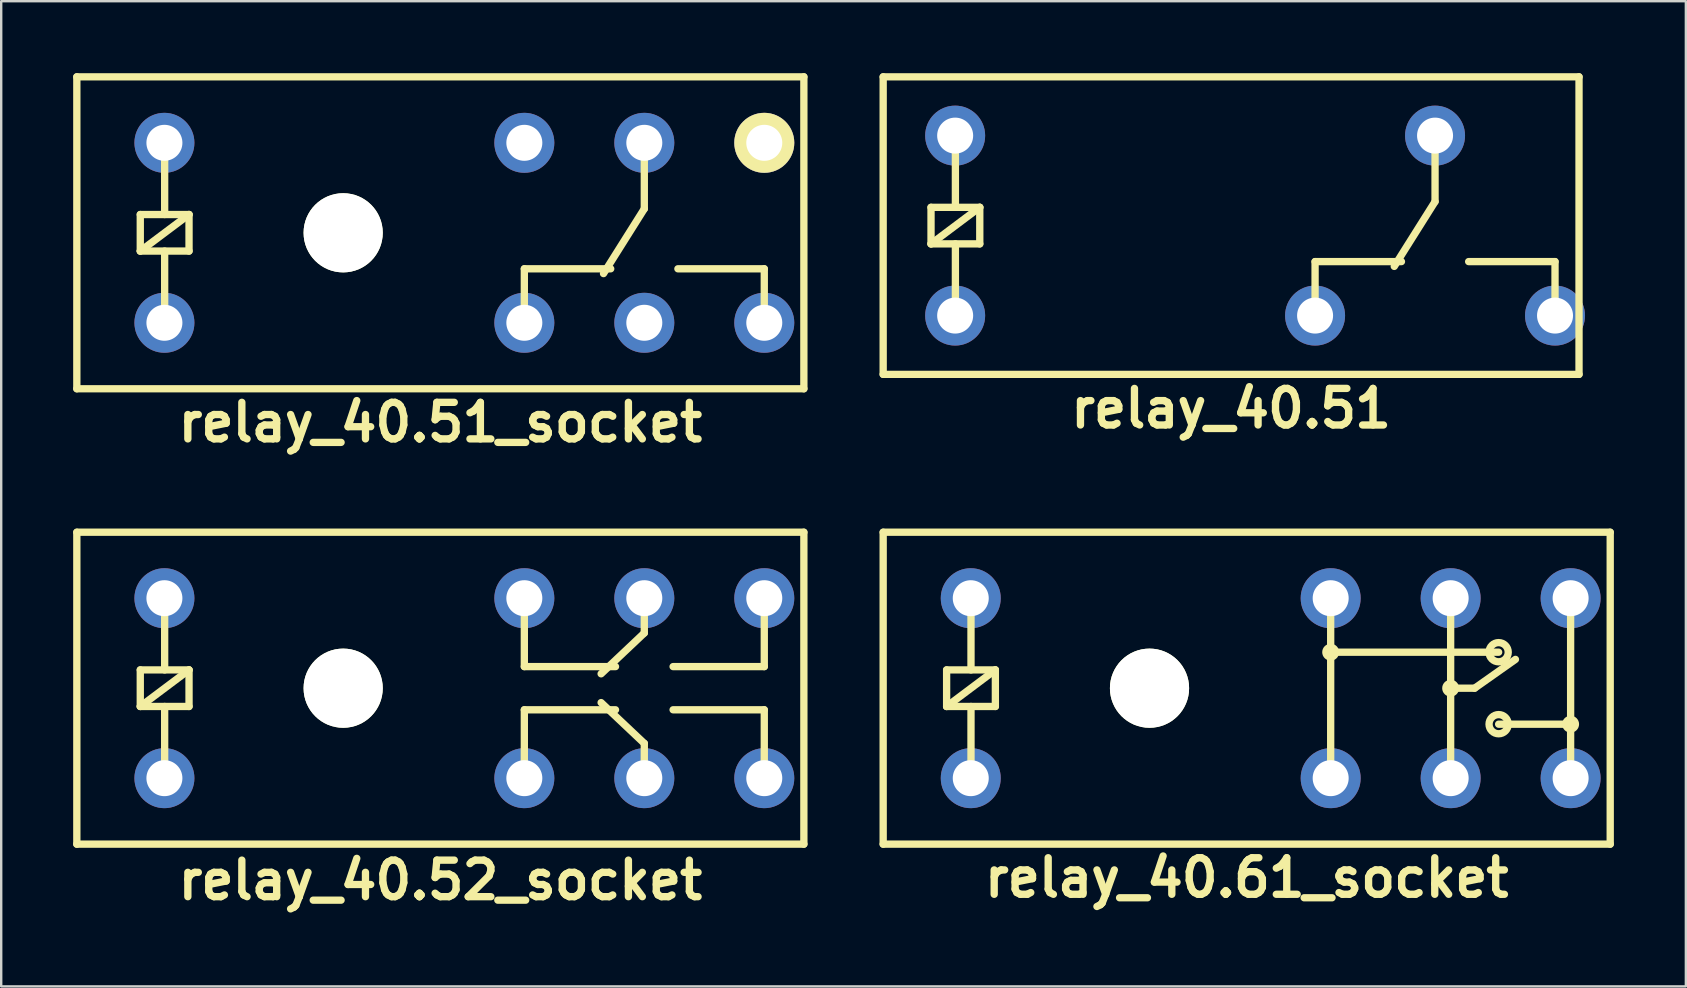
<source format=kicad_pcb>
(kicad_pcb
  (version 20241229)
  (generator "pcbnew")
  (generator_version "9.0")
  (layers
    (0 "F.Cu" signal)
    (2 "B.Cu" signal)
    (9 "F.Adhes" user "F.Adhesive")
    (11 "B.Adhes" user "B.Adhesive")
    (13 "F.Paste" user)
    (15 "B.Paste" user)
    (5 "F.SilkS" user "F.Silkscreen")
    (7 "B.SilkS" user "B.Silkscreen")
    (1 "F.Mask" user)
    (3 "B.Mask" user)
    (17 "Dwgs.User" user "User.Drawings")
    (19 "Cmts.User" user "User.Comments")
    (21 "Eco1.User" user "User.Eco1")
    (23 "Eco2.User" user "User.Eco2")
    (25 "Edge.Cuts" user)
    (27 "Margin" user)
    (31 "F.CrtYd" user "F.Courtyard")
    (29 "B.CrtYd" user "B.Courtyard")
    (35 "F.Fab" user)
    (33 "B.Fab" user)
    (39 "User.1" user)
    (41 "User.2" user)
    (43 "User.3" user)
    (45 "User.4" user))
  (footprint "relay_40.52_socket"
    (layer "F.Cu")
    (at 15.302 25.631)
    (property "Reference" "relay_40.52_socket" (at 0 8 0) (layer "F.SilkS") (effects (font (size 1.524 1.524) (thickness 0.305))))
    (attr through_hole)
    (fp_line (start -15.15 -6.5) (end -15.15 6.5) (stroke (width 0.305) (type solid)) (layer "F.SilkS"))
    (fp_line (start -15.15 -6.5) (end 15.15 -6.5) (stroke (width 0.305) (type solid)) (layer "F.SilkS"))
    (fp_line (start -15.15 6.5) (end 15.15 6.5) (stroke (width 0.305) (type solid)) (layer "F.SilkS"))
    (fp_line (start -12.506 -0.762) (end -10.474 -0.762) (stroke (width 0.305) (type solid)) (layer "F.SilkS"))
    (fp_line (start -12.506 0.762) (end -12.506 -0.762) (stroke (width 0.305) (type solid)) (layer "F.SilkS"))
    (fp_line (start -12.506 0.762) (end -10.474 -0.762) (stroke (width 0.305) (type solid)) (layer "F.SilkS"))
    (fp_line (start -11.49 -3.81) (end -11.49 -0.762) (stroke (width 0.305) (type solid)) (layer "F.SilkS"))
    (fp_line (start -11.49 3.81) (end -11.49 0.762) (stroke (width 0.305) (type solid)) (layer "F.SilkS"))
    (fp_line (start -10.474 -0.762) (end -10.474 0.762) (stroke (width 0.305) (type solid)) (layer "F.SilkS"))
    (fp_line (start -10.474 0.762) (end -12.506 0.762) (stroke (width 0.305) (type solid)) (layer "F.SilkS"))
    (fp_line (start 3.5 -3.7) (end 3.5 -0.9) (stroke (width 0.305) (type solid)) (layer "F.SilkS"))
    (fp_line (start 3.5 -0.9) (end 7.3 -0.9) (stroke (width 0.305) (type solid)) (layer "F.SilkS"))
    (fp_line (start 3.5 0.9) (end 7.3 0.9) (stroke (width 0.305) (type solid)) (layer "F.SilkS"))
    (fp_line (start 3.5 3.7) (end 3.5 0.9) (stroke (width 0.305) (type solid)) (layer "F.SilkS"))
    (fp_line (start 8.5 -3.7) (end 8.5 -2.3) (stroke (width 0.305) (type solid)) (layer "F.SilkS"))
    (fp_line (start 8.5 -2.3) (end 6.7 -0.6) (stroke (width 0.305) (type solid)) (layer "F.SilkS"))
    (fp_line (start 8.5 2.3) (end 6.7 0.6) (stroke (width 0.305) (type solid)) (layer "F.SilkS"))
    (fp_line (start 8.5 3.7) (end 8.5 2.3) (stroke (width 0.305) (type solid)) (layer "F.SilkS"))
    (fp_line (start 9.7 -0.9) (end 13.5 -0.9) (stroke (width 0.305) (type solid)) (layer "F.SilkS"))
    (fp_line (start 9.7 0.9) (end 13.5 0.9) (stroke (width 0.305) (type solid)) (layer "F.SilkS"))
    (fp_line (start 13.5 -3.7) (end 13.5 -0.9) (stroke (width 0.305) (type solid)) (layer "F.SilkS"))
    (fp_line (start 13.5 3.7) (end 13.5 0.9) (stroke (width 0.305) (type solid)) (layer "F.SilkS"))
    (fp_line (start 15.15 -6.5) (end 15.15 6.5) (stroke (width 0.305) (type solid)) (layer "F.SilkS"))
    (pad "" np_thru_hole circle (at -4.05 0) (size 3.3 3.3) (drill 3.3) (layers "*.Cu" "*.Mask" "F.SilkS"))
    (pad "1" thru_hole circle (at -11.5 3.75) (size 2.5 2.5) (drill 1.5) (layers "*.Cu"))
    (pad "2" thru_hole circle (at -11.5 -3.75) (size 2.5 2.5) (drill 1.5) (layers "*.Cu"))
    (pad "11" thru_hole circle (at 8.5 3.75) (size 2.5 2.5) (drill 1.5) (layers "*.Cu"))
    (pad "12" thru_hole circle (at 3.5 3.75) (size 2.5 2.5) (drill 1.5) (layers "*.Cu"))
    (pad "14" thru_hole circle (at 13.5 3.75) (size 2.5 2.5) (drill 1.5) (layers "*.Cu"))
    (pad "21" thru_hole circle (at 8.5 -3.75) (size 2.5 2.5) (drill 1.5) (layers "*.Cu"))
    (pad "22" thru_hole circle (at 3.5 -3.75) (size 2.5 2.5) (drill 1.5) (layers "*.Cu"))
    (pad "24" thru_hole circle (at 13.5 -3.75) (size 2.5 2.5) (drill 1.5) (layers "*.Cu")))
  (footprint "relay_40.51_socket"
    (layer "F.Cu")
    (at 15.302 6.652)
    (property "Reference" "relay_40.51_socket" (at 0 7.9 0) (layer "F.SilkS") (effects (font (size 1.524 1.524) (thickness 0.305))))
    (attr through_hole)
    (fp_line (start -15.15 -6.5) (end -15.15 6.5) (stroke (width 0.305) (type solid)) (layer "F.SilkS"))
    (fp_line (start -15.15 -6.5) (end 15.15 -6.5) (stroke (width 0.305) (type solid)) (layer "F.SilkS"))
    (fp_line (start -15.15 6.5) (end 15.15 6.5) (stroke (width 0.305) (type solid)) (layer "F.SilkS"))
    (fp_line (start -12.506 -0.762) (end -10.474 -0.762) (stroke (width 0.305) (type solid)) (layer "F.SilkS"))
    (fp_line (start -12.506 0.762) (end -12.506 -0.762) (stroke (width 0.305) (type solid)) (layer "F.SilkS"))
    (fp_line (start -12.506 0.762) (end -10.474 -0.762) (stroke (width 0.305) (type solid)) (layer "F.SilkS"))
    (fp_line (start -11.49 -3.81) (end -11.49 -0.762) (stroke (width 0.305) (type solid)) (layer "F.SilkS"))
    (fp_line (start -11.49 3.81) (end -11.49 0.762) (stroke (width 0.305) (type solid)) (layer "F.SilkS"))
    (fp_line (start -10.474 -0.762) (end -10.474 0.762) (stroke (width 0.305) (type solid)) (layer "F.SilkS"))
    (fp_line (start -10.474 0.762) (end -12.506 0.762) (stroke (width 0.305) (type solid)) (layer "F.SilkS"))
    (fp_line (start 3.5 1.5) (end 7.1 1.5) (stroke (width 0.305) (type solid)) (layer "F.SilkS"))
    (fp_line (start 3.5 3.7) (end 3.5 1.5) (stroke (width 0.305) (type solid)) (layer "F.SilkS"))
    (fp_line (start 8.5 -1) (end 6.8 1.7) (stroke (width 0.305) (type solid)) (layer "F.SilkS"))
    (fp_line (start 8.5 -1) (end 8.5 -3.8) (stroke (width 0.305) (type solid)) (layer "F.SilkS"))
    (fp_line (start 13.5 1.5) (end 9.9 1.5) (stroke (width 0.305) (type solid)) (layer "F.SilkS"))
    (fp_line (start 13.5 3.7) (end 13.5 1.5) (stroke (width 0.305) (type solid)) (layer "F.SilkS"))
    (fp_line (start 15.15 -6.5) (end 15.15 6.5) (stroke (width 0.305) (type solid)) (layer "F.SilkS"))
    (pad "" np_thru_hole circle (at -4.05 0) (size 3.3 3.3) (drill 3.3) (layers "*.Cu" "*.Mask" "F.SilkS"))
    (pad "" thru_hole circle (at 3.5 -3.75) (size 2.5 2.5) (drill 1.5) (layers "*.Cu"))
    (pad "" thru_hole circle (at 8.5 3.75) (size 2.5 2.5) (drill 1.5) (layers "*.Cu"))
    (pad "" thru_hole circle (at 13.5 -3.75) (size 2.5 2.5) (drill 1.5) (layers "*.Cu" "*.Mask" "F.SilkS"))
    (pad "1" thru_hole circle (at -11.5 3.75) (size 2.5 2.5) (drill 1.5) (layers "*.Cu"))
    (pad "2" thru_hole circle (at -11.5 -3.75) (size 2.5 2.5) (drill 1.5) (layers "*.Cu"))
    (pad "11" thru_hole circle (at 8.5 -3.75) (size 2.5 2.5) (drill 1.5) (layers "*.Cu"))
    (pad "12" thru_hole circle (at 3.5 3.75) (size 2.5 2.5) (drill 1.5) (layers "*.Cu"))
    (pad "14" thru_hole circle (at 13.5 3.75) (size 2.5 2.5) (drill 1.5) (layers "*.Cu")))
  (footprint "relay_40.51"
    (layer "F.Cu")
    (at 48.257 6.352)
    (property "Reference" "relay_40.51" (at 0 7.62 0) (layer "F.SilkS") (effects (font (size 1.524 1.524) (thickness 0.305))))
    (attr through_hole)
    (fp_line (start -14.5 -6.2) (end -14.5 6.2) (stroke (width 0.305) (type solid)) (layer "F.SilkS"))
    (fp_line (start -14.5 -6.2) (end 14.5 -6.2) (stroke (width 0.305) (type solid)) (layer "F.SilkS"))
    (fp_line (start -14.5 6.2) (end 14.5 6.2) (stroke (width 0.305) (type solid)) (layer "F.SilkS"))
    (fp_line (start -12.506 -0.762) (end -10.474 -0.762) (stroke (width 0.305) (type solid)) (layer "F.SilkS"))
    (fp_line (start -12.506 0.762) (end -12.506 -0.762) (stroke (width 0.305) (type solid)) (layer "F.SilkS"))
    (fp_line (start -12.506 0.762) (end -10.474 -0.762) (stroke (width 0.305) (type solid)) (layer "F.SilkS"))
    (fp_line (start -11.49 -3.81) (end -11.49 -0.762) (stroke (width 0.305) (type solid)) (layer "F.SilkS"))
    (fp_line (start -11.49 3.81) (end -11.49 0.762) (stroke (width 0.305) (type solid)) (layer "F.SilkS"))
    (fp_line (start -10.474 -0.762) (end -10.474 0.762) (stroke (width 0.305) (type solid)) (layer "F.SilkS"))
    (fp_line (start -10.474 0.762) (end -12.506 0.762) (stroke (width 0.305) (type solid)) (layer "F.SilkS"))
    (fp_line (start 3.5 1.5) (end 7.1 1.5) (stroke (width 0.305) (type solid)) (layer "F.SilkS"))
    (fp_line (start 3.5 3.7) (end 3.5 1.5) (stroke (width 0.305) (type solid)) (layer "F.SilkS"))
    (fp_line (start 8.5 -1) (end 6.8 1.7) (stroke (width 0.305) (type solid)) (layer "F.SilkS"))
    (fp_line (start 8.5 -1) (end 8.5 -3.8) (stroke (width 0.305) (type solid)) (layer "F.SilkS"))
    (fp_line (start 13.5 1.5) (end 9.9 1.5) (stroke (width 0.305) (type solid)) (layer "F.SilkS"))
    (fp_line (start 13.5 3.7) (end 13.5 1.5) (stroke (width 0.305) (type solid)) (layer "F.SilkS"))
    (fp_line (start 14.5 -6.2) (end 14.5 6.2) (stroke (width 0.305) (type solid)) (layer "F.SilkS"))
    (pad "1" thru_hole circle (at -11.5 3.75) (size 2.5 2.5) (drill 1.5) (layers "*.Cu"))
    (pad "2" thru_hole circle (at -11.5 -3.75) (size 2.5 2.5) (drill 1.5) (layers "*.Cu"))
    (pad "11" thru_hole circle (at 8.5 -3.75) (size 2.5 2.5) (drill 1.5) (layers "*.Cu"))
    (pad "12" thru_hole circle (at 3.5 3.75) (size 2.5 2.5) (drill 1.5) (layers "*.Cu"))
    (pad "14" thru_hole circle (at 13.5 3.75) (size 2.5 2.5) (drill 1.5) (layers "*.Cu")))
  (footprint "relay_40.61_socket"
    (layer "F.Cu")
    (at 48.907 25.631)
    (property "Reference" "relay_40.61_socket" (at 0 7.9 0) (layer "F.SilkS") (effects (font (size 1.524 1.524) (thickness 0.305))))
    (attr through_hole)
    (fp_line (start -15.15 -6.5) (end -15.15 6.5) (stroke (width 0.305) (type solid)) (layer "F.SilkS"))
    (fp_line (start -15.15 -6.5) (end 15.15 -6.5) (stroke (width 0.305) (type solid)) (layer "F.SilkS"))
    (fp_line (start -15.15 6.5) (end 15.15 6.5) (stroke (width 0.305) (type solid)) (layer "F.SilkS"))
    (fp_line (start -12.506 -0.762) (end -10.474 -0.762) (stroke (width 0.305) (type solid)) (layer "F.SilkS"))
    (fp_line (start -12.506 0.762) (end -12.506 -0.762) (stroke (width 0.305) (type solid)) (layer "F.SilkS"))
    (fp_line (start -12.506 0.762) (end -10.474 -0.762) (stroke (width 0.305) (type solid)) (layer "F.SilkS"))
    (fp_line (start -11.49 -3.81) (end -11.49 -0.762) (stroke (width 0.305) (type solid)) (layer "F.SilkS"))
    (fp_line (start -11.49 3.81) (end -11.49 0.762) (stroke (width 0.305) (type solid)) (layer "F.SilkS"))
    (fp_line (start -10.474 -0.762) (end -10.474 0.762) (stroke (width 0.305) (type solid)) (layer "F.SilkS"))
    (fp_line (start -10.474 0.762) (end -12.506 0.762) (stroke (width 0.305) (type solid)) (layer "F.SilkS"))
    (fp_line (start 3.5 -3.7) (end 3.5 3.7) (stroke (width 0.305) (type solid)) (layer "F.SilkS"))
    (fp_line (start 3.5 -1.5) (end 10.5 -1.5) (stroke (width 0.305) (type solid)) (layer "F.SilkS"))
    (fp_line (start 8.5 -3.7) (end 8.5 -1.4) (stroke (width 0.305) (type solid)) (layer "F.SilkS"))
    (fp_line (start 8.5 0) (end 9.5 0) (stroke (width 0.305) (type solid)) (layer "F.SilkS"))
    (fp_line (start 8.5 3.7) (end 8.5 -1.4) (stroke (width 0.305) (type solid)) (layer "F.SilkS"))
    (fp_line (start 9.5 0) (end 11.2 -1.2) (stroke (width 0.305) (type solid)) (layer "F.SilkS"))
    (fp_line (start 10.5 1.5) (end 13.5 1.5) (stroke (width 0.305) (type solid)) (layer "F.SilkS"))
    (fp_line (start 13.5 -3.7) (end 13.5 3.7) (stroke (width 0.305) (type solid)) (layer "F.SilkS"))
    (fp_line (start 15.15 -6.5) (end 15.15 6.5) (stroke (width 0.305) (type solid)) (layer "F.SilkS"))
    (fp_circle (center 3.5 -1.5) (end 3.3 -1.5) (stroke (width 0.305) (type solid)) (fill no) (layer "F.SilkS"))
    (fp_circle (center 8.5 0) (end 8.7 0) (stroke (width 0.305) (type solid)) (fill no) (layer "F.SilkS"))
    (fp_circle (center 10.5 -1.5) (end 10.1 -1.5) (stroke (width 0.305) (type solid)) (fill no) (layer "F.SilkS"))
    (fp_circle (center 10.5 1.5) (end 10.1 1.5) (stroke (width 0.305) (type solid)) (fill no) (layer "F.SilkS"))
    (fp_circle (center 13.5 1.5) (end 13.7 1.5) (stroke (width 0.305) (type solid)) (fill no) (layer "F.SilkS"))
    (pad "" np_thru_hole circle (at -4.05 0) (size 3.3 3.3) (drill 3.3) (layers "*.Cu" "*.Mask" "F.SilkS"))
    (pad "1" thru_hole circle (at -11.5 3.75) (size 2.5 2.5) (drill 1.5) (layers "*.Cu"))
    (pad "2" thru_hole circle (at -11.5 -3.75) (size 2.5 2.5) (drill 1.5) (layers "*.Cu"))
    (pad "11" thru_hole circle (at 8.5 3.75) (size 2.5 2.5) (drill 1.5) (layers "*.Cu"))
    (pad "12" thru_hole circle (at 3.5 3.75) (size 2.5 2.5) (drill 1.5) (layers "*.Cu"))
    (pad "14" thru_hole circle (at 13.5 3.75) (size 2.5 2.5) (drill 1.5) (layers "*.Cu"))
    (pad "21" thru_hole circle (at 8.5 -3.75) (size 2.5 2.5) (drill 1.5) (layers "*.Cu"))
    (pad "22" thru_hole circle (at 3.5 -3.75) (size 2.5 2.5) (drill 1.5) (layers "*.Cu"))
    (pad "24" thru_hole circle (at 13.5 -3.75) (size 2.5 2.5) (drill 1.5) (layers "*.Cu")))
  (gr_rect
    (start -3 -3)
    (end 67.21 38.058)
    (stroke (width 0.1) (type default))
    (fill no)
    (layer "Edge.Cuts")))
</source>
